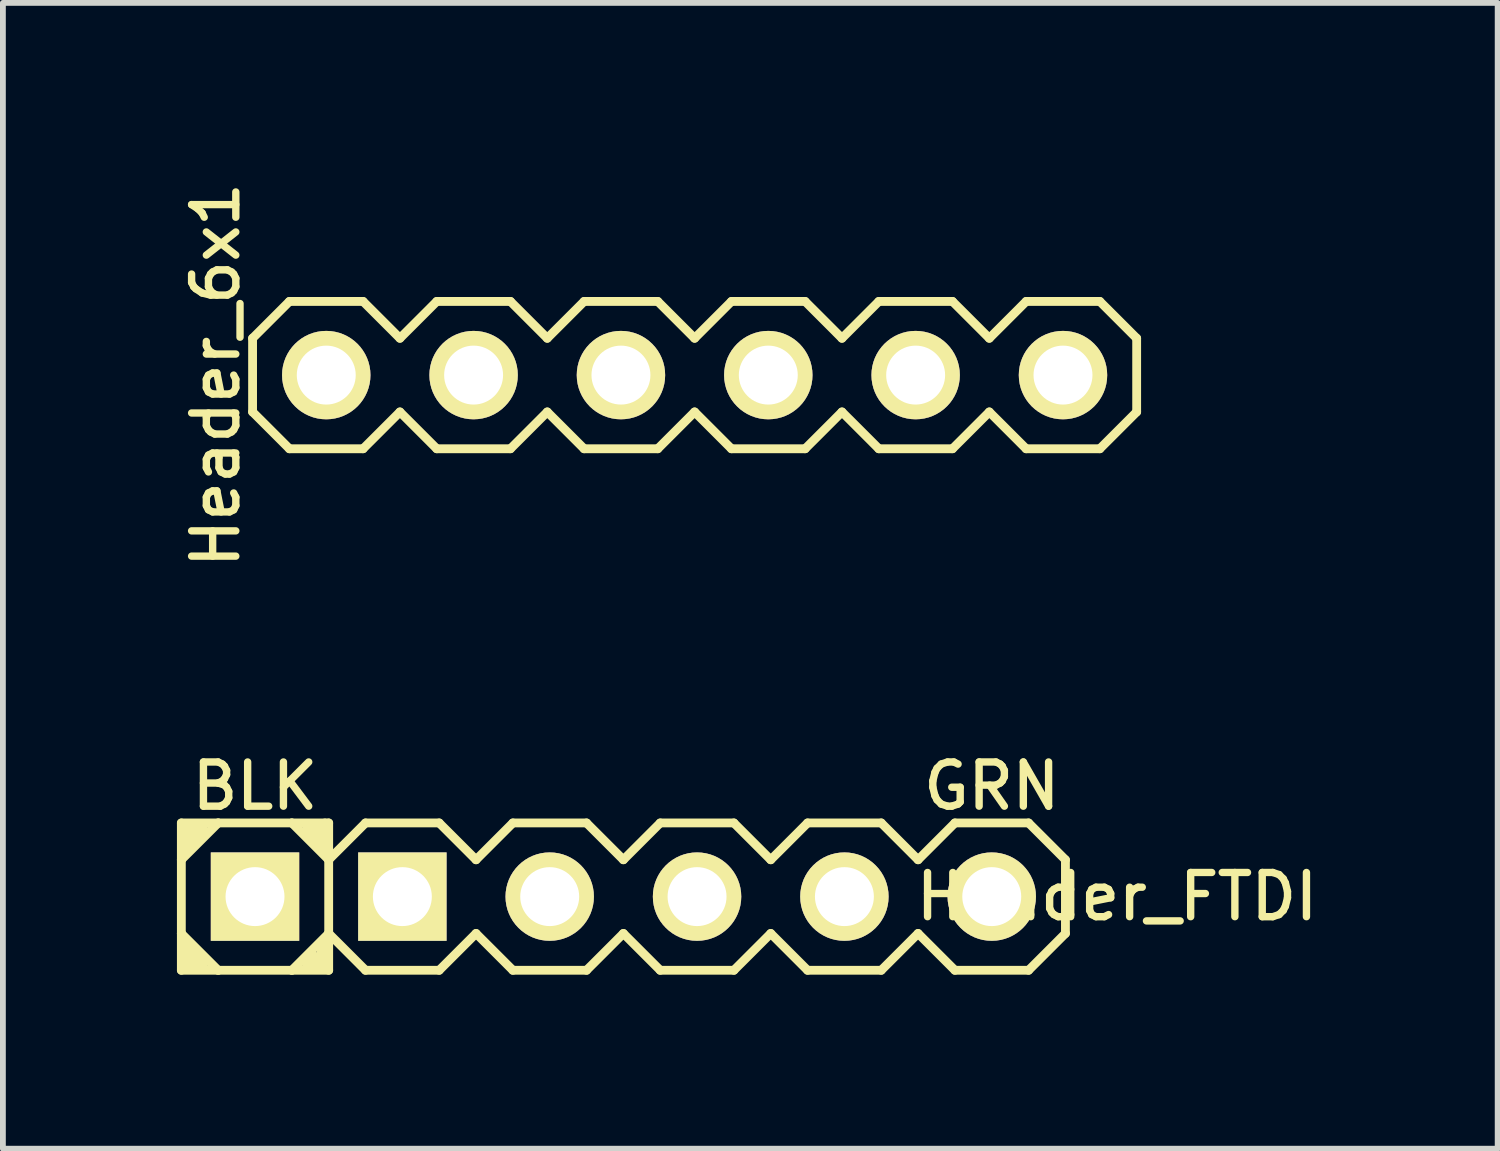
<source format=kicad_pcb>
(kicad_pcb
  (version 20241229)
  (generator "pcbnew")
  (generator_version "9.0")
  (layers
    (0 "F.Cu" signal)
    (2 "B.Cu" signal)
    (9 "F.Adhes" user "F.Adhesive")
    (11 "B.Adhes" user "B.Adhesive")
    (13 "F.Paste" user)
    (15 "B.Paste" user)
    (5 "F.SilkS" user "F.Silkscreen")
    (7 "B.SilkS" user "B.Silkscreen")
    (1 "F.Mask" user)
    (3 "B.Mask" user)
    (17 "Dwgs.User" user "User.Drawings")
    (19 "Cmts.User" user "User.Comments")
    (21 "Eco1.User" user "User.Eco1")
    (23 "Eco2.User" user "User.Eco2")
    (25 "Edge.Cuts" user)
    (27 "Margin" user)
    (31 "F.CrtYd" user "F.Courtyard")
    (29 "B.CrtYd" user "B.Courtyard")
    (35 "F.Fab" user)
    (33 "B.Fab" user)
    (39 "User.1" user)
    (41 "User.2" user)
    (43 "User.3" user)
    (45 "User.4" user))
  (footprint "Header_6x1"
    (layer "F.Cu")
    (at 8.924 3.416)
    (property "Reference" "Header_6x1" (at -8.255 0 90) (layer "F.SilkS") (effects (font (size 0.762 0.762) (thickness 0.127))))
    (attr smd)
    (fp_line (start -7.62 -0.635) (end -7.62 0.635) (stroke (width 0.152) (type solid)) (layer "F.SilkS"))
    (fp_line (start -7.62 0.635) (end -6.985 1.27) (stroke (width 0.152) (type solid)) (layer "F.SilkS"))
    (fp_line (start -6.985 -1.27) (end -7.62 -0.635) (stroke (width 0.152) (type solid)) (layer "F.SilkS"))
    (fp_line (start -6.985 1.27) (end -5.715 1.27) (stroke (width 0.152) (type solid)) (layer "F.SilkS"))
    (fp_line (start -5.715 -1.27) (end -6.985 -1.27) (stroke (width 0.152) (type solid)) (layer "F.SilkS"))
    (fp_line (start -5.715 1.27) (end -5.08 0.635) (stroke (width 0.152) (type solid)) (layer "F.SilkS"))
    (fp_line (start -5.08 -0.635) (end -5.715 -1.27) (stroke (width 0.152) (type solid)) (layer "F.SilkS"))
    (fp_line (start -5.08 0.635) (end -4.445 1.27) (stroke (width 0.152) (type solid)) (layer "F.SilkS"))
    (fp_line (start -4.445 -1.27) (end -5.08 -0.635) (stroke (width 0.152) (type solid)) (layer "F.SilkS"))
    (fp_line (start -4.445 1.27) (end -3.175 1.27) (stroke (width 0.152) (type solid)) (layer "F.SilkS"))
    (fp_line (start -3.175 -1.27) (end -4.445 -1.27) (stroke (width 0.152) (type solid)) (layer "F.SilkS"))
    (fp_line (start -3.175 1.27) (end -2.54 0.635) (stroke (width 0.152) (type solid)) (layer "F.SilkS"))
    (fp_line (start -2.54 -0.635) (end -3.175 -1.27) (stroke (width 0.152) (type solid)) (layer "F.SilkS"))
    (fp_line (start -2.54 0.635) (end -1.905 1.27) (stroke (width 0.152) (type solid)) (layer "F.SilkS"))
    (fp_line (start -1.905 -1.27) (end -2.54 -0.635) (stroke (width 0.152) (type solid)) (layer "F.SilkS"))
    (fp_line (start -1.905 1.27) (end -0.635 1.27) (stroke (width 0.152) (type solid)) (layer "F.SilkS"))
    (fp_line (start -0.635 -1.27) (end -1.905 -1.27) (stroke (width 0.152) (type solid)) (layer "F.SilkS"))
    (fp_line (start -0.635 1.27) (end 0 0.635) (stroke (width 0.152) (type solid)) (layer "F.SilkS"))
    (fp_line (start 0 -0.635) (end -0.635 -1.27) (stroke (width 0.152) (type solid)) (layer "F.SilkS"))
    (fp_line (start 0 0.635) (end 0.635 1.27) (stroke (width 0.152) (type solid)) (layer "F.SilkS"))
    (fp_line (start 0.635 -1.27) (end 0 -0.635) (stroke (width 0.152) (type solid)) (layer "F.SilkS"))
    (fp_line (start 0.635 1.27) (end 1.905 1.27) (stroke (width 0.152) (type solid)) (layer "F.SilkS"))
    (fp_line (start 1.905 -1.27) (end 0.635 -1.27) (stroke (width 0.152) (type solid)) (layer "F.SilkS"))
    (fp_line (start 1.905 1.27) (end 2.54 0.635) (stroke (width 0.152) (type solid)) (layer "F.SilkS"))
    (fp_line (start 2.54 -0.635) (end 1.905 -1.27) (stroke (width 0.152) (type solid)) (layer "F.SilkS"))
    (fp_line (start 2.54 0.635) (end 3.175 1.27) (stroke (width 0.152) (type solid)) (layer "F.SilkS"))
    (fp_line (start 3.175 -1.27) (end 2.54 -0.635) (stroke (width 0.152) (type solid)) (layer "F.SilkS"))
    (fp_line (start 3.175 1.27) (end 4.445 1.27) (stroke (width 0.152) (type solid)) (layer "F.SilkS"))
    (fp_line (start 4.445 -1.27) (end 3.175 -1.27) (stroke (width 0.152) (type solid)) (layer "F.SilkS"))
    (fp_line (start 4.445 1.27) (end 5.08 0.635) (stroke (width 0.152) (type solid)) (layer "F.SilkS"))
    (fp_line (start 5.08 -0.635) (end 4.445 -1.27) (stroke (width 0.152) (type solid)) (layer "F.SilkS"))
    (fp_line (start 5.08 0.635) (end 5.715 1.27) (stroke (width 0.152) (type solid)) (layer "F.SilkS"))
    (fp_line (start 5.715 -1.27) (end 5.08 -0.635) (stroke (width 0.152) (type solid)) (layer "F.SilkS"))
    (fp_line (start 5.715 1.27) (end 6.985 1.27) (stroke (width 0.152) (type solid)) (layer "F.SilkS"))
    (fp_line (start 6.985 -1.27) (end 5.715 -1.27) (stroke (width 0.152) (type solid)) (layer "F.SilkS"))
    (fp_line (start 6.985 1.27) (end 7.62 0.635) (stroke (width 0.152) (type solid)) (layer "F.SilkS"))
    (fp_line (start 7.62 -0.635) (end 6.985 -1.27) (stroke (width 0.152) (type solid)) (layer "F.SilkS"))
    (fp_line (start 7.62 0.635) (end 7.62 -0.635) (stroke (width 0.152) (type solid)) (layer "F.SilkS"))
    (pad "1" thru_hole circle (at -6.35 0) (size 1.524 1.524) (drill 1.016) (layers "*.Cu" "*.Mask" "F.SilkS"))
    (pad "2" thru_hole circle (at -3.81 0) (size 1.524 1.524) (drill 1.016) (layers "*.Cu" "*.Mask" "F.SilkS"))
    (pad "3" thru_hole circle (at -1.27 0) (size 1.524 1.524) (drill 1.016) (layers "*.Cu" "*.Mask" "F.SilkS"))
    (pad "4" thru_hole circle (at 1.27 0) (size 1.524 1.524) (drill 1.016) (layers "*.Cu" "*.Mask" "F.SilkS"))
    (pad "5" thru_hole circle (at 3.81 0) (size 1.524 1.524) (drill 1.016) (layers "*.Cu" "*.Mask" "F.SilkS"))
    (pad "6" thru_hole circle (at 6.35 0) (size 1.524 1.524) (drill 1.016) (layers "*.Cu" "*.Mask" "F.SilkS")))
  (footprint "Header_FTDI"
    (layer "F.Cu")
    (at 7.696 12.406)
    (property "Reference" "Header_FTDI" (at 8.509 0 0) (layer "F.SilkS") (effects (font (size 0.762 0.762) (thickness 0.127))))
    (attr smd)
    (fp_line (start -7.62 -1.27) (end -6.985 -1.27) (stroke (width 0.152) (type solid)) (layer "F.SilkS"))
    (fp_line (start -7.62 -0.635) (end -7.62 -1.27) (stroke (width 0.152) (type solid)) (layer "F.SilkS"))
    (fp_line (start -7.62 -0.635) (end -7.62 0.635) (stroke (width 0.152) (type solid)) (layer "F.SilkS"))
    (fp_line (start -7.62 0.635) (end -7.62 1.27) (stroke (width 0.152) (type solid)) (layer "F.SilkS"))
    (fp_line (start -7.62 0.635) (end -6.985 1.27) (stroke (width 0.152) (type solid)) (layer "F.SilkS"))
    (fp_line (start -7.62 1.27) (end -6.985 1.27) (stroke (width 0.152) (type solid)) (layer "F.SilkS"))
    (fp_line (start -7.493 -1.206) (end -7.493 -0.826) (stroke (width 0.152) (type solid)) (layer "F.SilkS"))
    (fp_line (start -7.493 1.206) (end -7.493 0.826) (stroke (width 0.152) (type solid)) (layer "F.SilkS"))
    (fp_line (start -7.366 -1.206) (end -7.366 -0.953) (stroke (width 0.152) (type solid)) (layer "F.SilkS"))
    (fp_line (start -7.366 1.206) (end -7.366 0.953) (stroke (width 0.152) (type solid)) (layer "F.SilkS"))
    (fp_line (start -7.239 -1.206) (end -7.239 -1.079) (stroke (width 0.152) (type solid)) (layer "F.SilkS"))
    (fp_line (start -7.239 1.206) (end -7.239 1.079) (stroke (width 0.152) (type solid)) (layer "F.SilkS"))
    (fp_line (start -6.985 -1.27) (end -7.62 -0.635) (stroke (width 0.152) (type solid)) (layer "F.SilkS"))
    (fp_line (start -6.985 1.27) (end -5.715 1.27) (stroke (width 0.152) (type solid)) (layer "F.SilkS"))
    (fp_line (start -5.715 -1.27) (end -6.985 -1.27) (stroke (width 0.152) (type solid)) (layer "F.SilkS"))
    (fp_line (start -5.715 -1.27) (end -5.144 -1.27) (stroke (width 0.152) (type solid)) (layer "F.SilkS"))
    (fp_line (start -5.715 1.27) (end -5.08 0.635) (stroke (width 0.152) (type solid)) (layer "F.SilkS"))
    (fp_line (start -5.461 -1.206) (end -5.461 -1.079) (stroke (width 0.152) (type solid)) (layer "F.SilkS"))
    (fp_line (start -5.461 1.206) (end -5.461 1.079) (stroke (width 0.152) (type solid)) (layer "F.SilkS"))
    (fp_line (start -5.334 -1.206) (end -5.334 -0.953) (stroke (width 0.152) (type solid)) (layer "F.SilkS"))
    (fp_line (start -5.334 1.206) (end -5.334 1.016) (stroke (width 0.152) (type solid)) (layer "F.SilkS"))
    (fp_line (start -5.207 -1.206) (end -5.207 -0.826) (stroke (width 0.152) (type solid)) (layer "F.SilkS"))
    (fp_line (start -5.207 1.206) (end -5.207 0.826) (stroke (width 0.152) (type solid)) (layer "F.SilkS"))
    (fp_line (start -5.144 -1.27) (end -5.08 -1.27) (stroke (width 0.152) (type solid)) (layer "F.SilkS"))
    (fp_line (start -5.08 -1.27) (end -5.08 -0.699) (stroke (width 0.152) (type solid)) (layer "F.SilkS"))
    (fp_line (start -5.08 -0.635) (end -5.715 -1.27) (stroke (width 0.152) (type solid)) (layer "F.SilkS"))
    (fp_line (start -5.08 -0.635) (end -5.08 0.635) (stroke (width 0.152) (type solid)) (layer "F.SilkS"))
    (fp_line (start -5.08 0.635) (end -5.08 1.27) (stroke (width 0.152) (type solid)) (layer "F.SilkS"))
    (fp_line (start -5.08 0.635) (end -4.445 1.27) (stroke (width 0.152) (type solid)) (layer "F.SilkS"))
    (fp_line (start -5.08 1.27) (end -5.715 1.27) (stroke (width 0.152) (type solid)) (layer "F.SilkS"))
    (fp_line (start -4.445 -1.27) (end -5.08 -0.635) (stroke (width 0.152) (type solid)) (layer "F.SilkS"))
    (fp_line (start -4.445 1.27) (end -3.175 1.27) (stroke (width 0.152) (type solid)) (layer "F.SilkS"))
    (fp_line (start -3.175 -1.27) (end -4.445 -1.27) (stroke (width 0.152) (type solid)) (layer "F.SilkS"))
    (fp_line (start -3.175 1.27) (end -2.54 0.635) (stroke (width 0.152) (type solid)) (layer "F.SilkS"))
    (fp_line (start -2.54 -0.635) (end -3.175 -1.27) (stroke (width 0.152) (type solid)) (layer "F.SilkS"))
    (fp_line (start -2.54 0.635) (end -1.905 1.27) (stroke (width 0.152) (type solid)) (layer "F.SilkS"))
    (fp_line (start -1.905 -1.27) (end -2.54 -0.635) (stroke (width 0.152) (type solid)) (layer "F.SilkS"))
    (fp_line (start -1.905 1.27) (end -0.635 1.27) (stroke (width 0.152) (type solid)) (layer "F.SilkS"))
    (fp_line (start -0.635 -1.27) (end -1.905 -1.27) (stroke (width 0.152) (type solid)) (layer "F.SilkS"))
    (fp_line (start -0.635 1.27) (end 0 0.635) (stroke (width 0.152) (type solid)) (layer "F.SilkS"))
    (fp_line (start 0 -0.635) (end -0.635 -1.27) (stroke (width 0.152) (type solid)) (layer "F.SilkS"))
    (fp_line (start 0 0.635) (end 0.635 1.27) (stroke (width 0.152) (type solid)) (layer "F.SilkS"))
    (fp_line (start 0.635 -1.27) (end 0 -0.635) (stroke (width 0.152) (type solid)) (layer "F.SilkS"))
    (fp_line (start 0.635 1.27) (end 1.905 1.27) (stroke (width 0.152) (type solid)) (layer "F.SilkS"))
    (fp_line (start 1.905 -1.27) (end 0.635 -1.27) (stroke (width 0.152) (type solid)) (layer "F.SilkS"))
    (fp_line (start 1.905 1.27) (end 2.54 0.635) (stroke (width 0.152) (type solid)) (layer "F.SilkS"))
    (fp_line (start 2.54 -0.635) (end 1.905 -1.27) (stroke (width 0.152) (type solid)) (layer "F.SilkS"))
    (fp_line (start 2.54 0.635) (end 3.175 1.27) (stroke (width 0.152) (type solid)) (layer "F.SilkS"))
    (fp_line (start 3.175 -1.27) (end 2.54 -0.635) (stroke (width 0.152) (type solid)) (layer "F.SilkS"))
    (fp_line (start 3.175 1.27) (end 4.445 1.27) (stroke (width 0.152) (type solid)) (layer "F.SilkS"))
    (fp_line (start 4.445 -1.27) (end 3.175 -1.27) (stroke (width 0.152) (type solid)) (layer "F.SilkS"))
    (fp_line (start 4.445 1.27) (end 5.08 0.635) (stroke (width 0.152) (type solid)) (layer "F.SilkS"))
    (fp_line (start 5.08 -0.635) (end 4.445 -1.27) (stroke (width 0.152) (type solid)) (layer "F.SilkS"))
    (fp_line (start 5.08 0.635) (end 5.715 1.27) (stroke (width 0.152) (type solid)) (layer "F.SilkS"))
    (fp_line (start 5.715 -1.27) (end 5.08 -0.635) (stroke (width 0.152) (type solid)) (layer "F.SilkS"))
    (fp_line (start 5.715 1.27) (end 6.985 1.27) (stroke (width 0.152) (type solid)) (layer "F.SilkS"))
    (fp_line (start 6.985 -1.27) (end 5.715 -1.27) (stroke (width 0.152) (type solid)) (layer "F.SilkS"))
    (fp_line (start 6.985 1.27) (end 7.62 0.635) (stroke (width 0.152) (type solid)) (layer "F.SilkS"))
    (fp_line (start 7.62 -0.635) (end 6.985 -1.27) (stroke (width 0.152) (type solid)) (layer "F.SilkS"))
    (fp_line (start 7.62 0.635) (end 7.62 -0.635) (stroke (width 0.152) (type solid)) (layer "F.SilkS"))
    (fp_text user "BLK" (at -6.35 -1.905 0) (layer "F.SilkS") (effects (font (size 0.762 0.762) (thickness 0.127))))
    (fp_text user "GRN" (at 6.35 -1.905 0) (layer "F.SilkS") (effects (font (size 0.762 0.762) (thickness 0.127))))
    (pad "1" thru_hole rect (at -6.35 0) (size 1.524 1.524) (drill 1.016) (layers "*.Cu" "*.Mask" "F.SilkS"))
    (pad "2" thru_hole rect (at -3.81 0) (size 1.524 1.524) (drill 1.016) (layers "*.Cu" "*.Mask" "F.SilkS"))
    (pad "3" thru_hole circle (at -1.27 0) (size 1.524 1.524) (drill 1.016) (layers "*.Cu" "*.Mask" "F.SilkS"))
    (pad "4" thru_hole circle (at 1.27 0) (size 1.524 1.524) (drill 1.016) (layers "*.Cu" "*.Mask" "F.SilkS"))
    (pad "5" thru_hole circle (at 3.81 0) (size 1.524 1.524) (drill 1.016) (layers "*.Cu" "*.Mask" "F.SilkS"))
    (pad "6" thru_hole circle (at 6.35 0) (size 1.524 1.524) (drill 1.016) (layers "*.Cu" "*.Mask" "F.SilkS")))
  (gr_rect
    (start -3 -3)
    (end 22.767 16.752)
    (stroke (width 0.1) (type default))
    (fill no)
    (layer "Edge.Cuts")))
</source>
